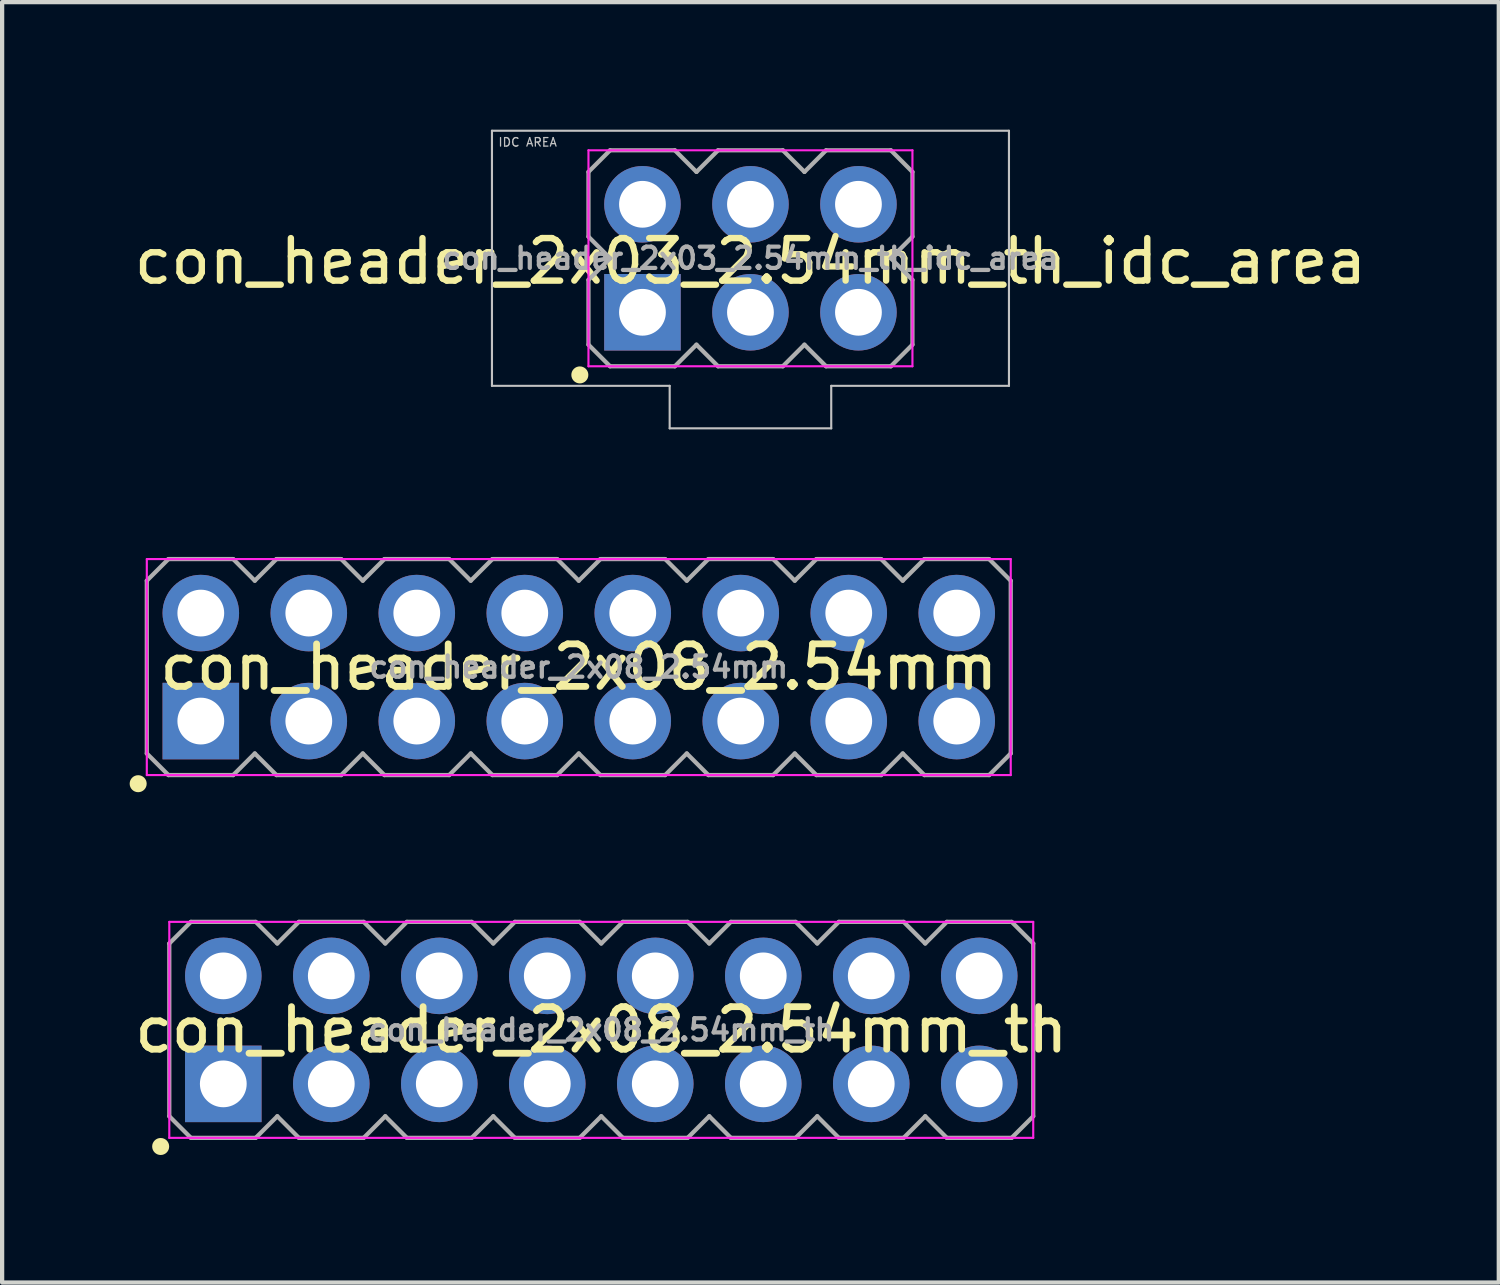
<source format=kicad_pcb>
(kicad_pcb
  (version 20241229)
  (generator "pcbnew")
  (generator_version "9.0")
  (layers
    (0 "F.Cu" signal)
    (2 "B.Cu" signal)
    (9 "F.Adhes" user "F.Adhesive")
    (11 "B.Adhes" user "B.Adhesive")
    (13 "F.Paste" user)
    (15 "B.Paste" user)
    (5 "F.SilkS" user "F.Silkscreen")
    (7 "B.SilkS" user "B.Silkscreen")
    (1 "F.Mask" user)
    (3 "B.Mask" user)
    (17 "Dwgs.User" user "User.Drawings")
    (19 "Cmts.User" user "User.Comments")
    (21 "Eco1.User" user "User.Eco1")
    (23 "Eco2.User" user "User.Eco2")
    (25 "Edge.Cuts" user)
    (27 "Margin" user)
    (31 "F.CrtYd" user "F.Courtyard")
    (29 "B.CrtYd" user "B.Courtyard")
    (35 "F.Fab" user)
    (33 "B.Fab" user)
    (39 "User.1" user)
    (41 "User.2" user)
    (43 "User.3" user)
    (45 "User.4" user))
  (footprint "con_header_2x08_2.54mm_th"
    (layer "F.Cu")
    (at 2.202 22.443)
    (property "Reference" "con_header_2x08_2.54mm_th" (at 8.89 -1.27 0) (layer "F.SilkS") (effects (font (size 1 1) (thickness 0.16))))
    (attr through_hole exclude_from_pos_files)
    (fp_circle (center -1.473 1.473) (end -1.373 1.473) (stroke (width 0.2) (type solid)) (fill no) (layer "F.SilkS"))
    (fp_line (start -1.27 -3.81) (end -1.27 1.27) (stroke (width 0.05) (type solid)) (layer "F.CrtYd"))
    (fp_line (start -1.27 1.27) (end 19.05 1.27) (stroke (width 0.05) (type solid)) (layer "F.CrtYd"))
    (fp_line (start 19.05 -3.81) (end -1.27 -3.81) (stroke (width 0.05) (type solid)) (layer "F.CrtYd"))
    (fp_line (start 19.05 1.27) (end 19.05 -3.81) (stroke (width 0.05) (type solid)) (layer "F.CrtYd"))
    (fp_line (start -1.27 0.762) (end -1.27 -3.302) (stroke (width 0.1) (type solid)) (layer "F.Fab"))
    (fp_line (start -1.27 0.762) (end -0.762 1.27) (stroke (width 0.1) (type solid)) (layer "F.Fab"))
    (fp_line (start -0.762 -3.81) (end -1.27 -3.302) (stroke (width 0.1) (type solid)) (layer "F.Fab"))
    (fp_line (start -0.762 -3.81) (end 0.762 -3.81) (stroke (width 0.1) (type solid)) (layer "F.Fab"))
    (fp_line (start 0.762 1.27) (end -0.762 1.27) (stroke (width 0.1) (type solid)) (layer "F.Fab"))
    (fp_line (start 1.27 -3.302) (end 0.762 -3.81) (stroke (width 0.1) (type solid)) (layer "F.Fab"))
    (fp_line (start 1.27 -3.302) (end 1.778 -3.81) (stroke (width 0.1) (type solid)) (layer "F.Fab"))
    (fp_line (start 1.27 0.762) (end 0.762 1.27) (stroke (width 0.1) (type solid)) (layer "F.Fab"))
    (fp_line (start 1.27 0.762) (end 1.778 1.27) (stroke (width 0.1) (type solid)) (layer "F.Fab"))
    (fp_line (start 1.778 -3.81) (end 3.302 -3.81) (stroke (width 0.1) (type solid)) (layer "F.Fab"))
    (fp_line (start 3.302 1.27) (end 1.778 1.27) (stroke (width 0.1) (type solid)) (layer "F.Fab"))
    (fp_line (start 3.302 1.27) (end 3.81 0.762) (stroke (width 0.1) (type solid)) (layer "F.Fab"))
    (fp_line (start 3.81 -3.302) (end 3.302 -3.81) (stroke (width 0.1) (type solid)) (layer "F.Fab"))
    (fp_line (start 3.81 -3.302) (end 4.318 -3.81) (stroke (width 0.1) (type solid)) (layer "F.Fab"))
    (fp_line (start 3.81 0.762) (end 4.318 1.27) (stroke (width 0.1) (type solid)) (layer "F.Fab"))
    (fp_line (start 4.318 -3.81) (end 5.842 -3.81) (stroke (width 0.1) (type solid)) (layer "F.Fab"))
    (fp_line (start 5.842 1.27) (end 4.318 1.27) (stroke (width 0.1) (type solid)) (layer "F.Fab"))
    (fp_line (start 5.842 1.27) (end 6.35 0.762) (stroke (width 0.1) (type solid)) (layer "F.Fab"))
    (fp_line (start 6.35 -3.302) (end 5.842 -3.81) (stroke (width 0.1) (type solid)) (layer "F.Fab"))
    (fp_line (start 6.35 -3.302) (end 6.858 -3.81) (stroke (width 0.1) (type solid)) (layer "F.Fab"))
    (fp_line (start 6.35 0.762) (end 6.858 1.27) (stroke (width 0.1) (type solid)) (layer "F.Fab"))
    (fp_line (start 8.382 -3.81) (end 6.858 -3.81) (stroke (width 0.1) (type solid)) (layer "F.Fab"))
    (fp_line (start 8.382 -3.81) (end 8.89 -3.302) (stroke (width 0.1) (type solid)) (layer "F.Fab"))
    (fp_line (start 8.382 1.27) (end 6.858 1.27) (stroke (width 0.1) (type solid)) (layer "F.Fab"))
    (fp_line (start 8.382 1.27) (end 8.89 0.762) (stroke (width 0.1) (type solid)) (layer "F.Fab"))
    (fp_line (start 8.89 -3.302) (end 9.398 -3.81) (stroke (width 0.1) (type solid)) (layer "F.Fab"))
    (fp_line (start 8.89 0.762) (end 9.398 1.27) (stroke (width 0.1) (type solid)) (layer "F.Fab"))
    (fp_line (start 10.922 -3.81) (end 9.398 -3.81) (stroke (width 0.1) (type solid)) (layer "F.Fab"))
    (fp_line (start 10.922 -3.81) (end 11.43 -3.302) (stroke (width 0.1) (type solid)) (layer "F.Fab"))
    (fp_line (start 10.922 1.27) (end 9.398 1.27) (stroke (width 0.1) (type solid)) (layer "F.Fab"))
    (fp_line (start 10.922 1.27) (end 11.43 0.762) (stroke (width 0.1) (type solid)) (layer "F.Fab"))
    (fp_line (start 11.43 -3.302) (end 11.938 -3.81) (stroke (width 0.1) (type solid)) (layer "F.Fab"))
    (fp_line (start 11.43 0.762) (end 11.938 1.27) (stroke (width 0.1) (type solid)) (layer "F.Fab"))
    (fp_line (start 13.462 -3.81) (end 11.938 -3.81) (stroke (width 0.1) (type solid)) (layer "F.Fab"))
    (fp_line (start 13.462 -3.81) (end 13.97 -3.302) (stroke (width 0.1) (type solid)) (layer "F.Fab"))
    (fp_line (start 13.462 1.27) (end 11.938 1.27) (stroke (width 0.1) (type solid)) (layer "F.Fab"))
    (fp_line (start 13.462 1.27) (end 13.97 0.762) (stroke (width 0.1) (type solid)) (layer "F.Fab"))
    (fp_line (start 13.97 -3.302) (end 14.478 -3.81) (stroke (width 0.1) (type solid)) (layer "F.Fab"))
    (fp_line (start 13.97 0.762) (end 14.478 1.27) (stroke (width 0.1) (type solid)) (layer "F.Fab"))
    (fp_line (start 16.002 -3.81) (end 14.478 -3.81) (stroke (width 0.1) (type solid)) (layer "F.Fab"))
    (fp_line (start 16.002 -3.81) (end 16.51 -3.302) (stroke (width 0.1) (type solid)) (layer "F.Fab"))
    (fp_line (start 16.002 1.27) (end 14.478 1.27) (stroke (width 0.1) (type solid)) (layer "F.Fab"))
    (fp_line (start 16.002 1.27) (end 16.51 0.762) (stroke (width 0.1) (type solid)) (layer "F.Fab"))
    (fp_line (start 16.51 -3.302) (end 17.018 -3.81) (stroke (width 0.1) (type solid)) (layer "F.Fab"))
    (fp_line (start 16.51 0.762) (end 17.018 1.27) (stroke (width 0.1) (type solid)) (layer "F.Fab"))
    (fp_line (start 18.542 -3.81) (end 17.018 -3.81) (stroke (width 0.1) (type solid)) (layer "F.Fab"))
    (fp_line (start 18.542 -3.81) (end 19.05 -3.302) (stroke (width 0.1) (type solid)) (layer "F.Fab"))
    (fp_line (start 18.542 1.27) (end 17.018 1.27) (stroke (width 0.1) (type solid)) (layer "F.Fab"))
    (fp_line (start 18.542 1.27) (end 19.05 0.762) (stroke (width 0.1) (type solid)) (layer "F.Fab"))
    (fp_line (start 19.05 0.762) (end 19.05 -3.302) (stroke (width 0.1) (type solid)) (layer "F.Fab"))
    (fp_text user "${REFERENCE}" (at 8.89 -1.27 0) (layer "F.Fab") (effects (font (size 0.5 0.5) (thickness 0.1))))
    (pad "1" thru_hole rect (at 0 0) (size 1.8 1.8) (drill 1.1) (layers "*.Cu" "*.Mask"))
    (pad "2" thru_hole circle (at 0 -2.54) (size 1.8 1.8) (drill 1.1) (layers "*.Cu" "*.Mask"))
    (pad "3" thru_hole circle (at 2.54 0) (size 1.8 1.8) (drill 1.1) (layers "*.Cu" "*.Mask"))
    (pad "4" thru_hole circle (at 2.54 -2.54) (size 1.8 1.8) (drill 1.1) (layers "*.Cu" "*.Mask"))
    (pad "5" thru_hole circle (at 5.08 0) (size 1.8 1.8) (drill 1.1) (layers "*.Cu" "*.Mask"))
    (pad "6" thru_hole circle (at 5.08 -2.54) (size 1.8 1.8) (drill 1.1) (layers "*.Cu" "*.Mask"))
    (pad "7" thru_hole circle (at 7.62 0) (size 1.8 1.8) (drill 1.1) (layers "*.Cu" "*.Mask"))
    (pad "8" thru_hole circle (at 7.62 -2.54) (size 1.8 1.8) (drill 1.1) (layers "*.Cu" "*.Mask"))
    (pad "9" thru_hole circle (at 10.16 0) (size 1.8 1.8) (drill 1.1) (layers "*.Cu" "*.Mask"))
    (pad "10" thru_hole circle (at 10.16 -2.54) (size 1.8 1.8) (drill 1.1) (layers "*.Cu" "*.Mask"))
    (pad "11" thru_hole circle (at 12.7 0) (size 1.8 1.8) (drill 1.1) (layers "*.Cu" "*.Mask"))
    (pad "12" thru_hole circle (at 12.7 -2.54) (size 1.8 1.8) (drill 1.1) (layers "*.Cu" "*.Mask"))
    (pad "13" thru_hole circle (at 15.24 0) (size 1.8 1.8) (drill 1.1) (layers "*.Cu" "*.Mask"))
    (pad "14" thru_hole circle (at 15.24 -2.54) (size 1.8 1.8) (drill 1.1) (layers "*.Cu" "*.Mask"))
    (pad "15" thru_hole circle (at 17.78 0) (size 1.8 1.8) (drill 1.1) (layers "*.Cu" "*.Mask"))
    (pad "16" thru_hole circle (at 17.78 -2.54) (size 1.8 1.8) (drill 1.1) (layers "*.Cu" "*.Mask"))
    (zone (net_name "") (layers "F.Cu" "B.Cu") (hatch edge 0.5) (connect_pads) (min_thickness 0.25) (filled_areas_thickness no) (keepout (tracks allowed) (vias allowed) (pads allowed) (copperpour not_allowed) (footprints allowed)) (placement (enabled no)) (fill) (polygon (pts (xy 1.102 18.803) (xy 21.082 18.803) (xy 21.082 23.543) (xy 1.102 23.543)))))
  (footprint "con_header_2x08_2.54mm"
    (layer "F.Cu")
    (at 1.673 13.91)
    (property "Reference" "con_header_2x08_2.54mm" (at 8.89 -1.27 0) (layer "F.SilkS") (effects (font (size 1 1) (thickness 0.16))))
    (attr through_hole exclude_from_pos_files)
    (fp_circle (center -1.473 1.473) (end -1.373 1.473) (stroke (width 0.2) (type solid)) (fill no) (layer "F.SilkS"))
    (fp_line (start -1.27 -3.81) (end -1.27 1.27) (stroke (width 0.05) (type solid)) (layer "F.CrtYd"))
    (fp_line (start -1.27 1.27) (end 19.05 1.27) (stroke (width 0.05) (type solid)) (layer "F.CrtYd"))
    (fp_line (start 19.05 -3.81) (end -1.27 -3.81) (stroke (width 0.05) (type solid)) (layer "F.CrtYd"))
    (fp_line (start 19.05 1.27) (end 19.05 -3.81) (stroke (width 0.05) (type solid)) (layer "F.CrtYd"))
    (fp_line (start -1.27 0.762) (end -1.27 -3.302) (stroke (width 0.1) (type solid)) (layer "F.Fab"))
    (fp_line (start -1.27 0.762) (end -0.762 1.27) (stroke (width 0.1) (type solid)) (layer "F.Fab"))
    (fp_line (start -0.762 -3.81) (end -1.27 -3.302) (stroke (width 0.1) (type solid)) (layer "F.Fab"))
    (fp_line (start -0.762 -3.81) (end 0.762 -3.81) (stroke (width 0.1) (type solid)) (layer "F.Fab"))
    (fp_line (start 0.762 1.27) (end -0.762 1.27) (stroke (width 0.1) (type solid)) (layer "F.Fab"))
    (fp_line (start 1.27 -3.302) (end 0.762 -3.81) (stroke (width 0.1) (type solid)) (layer "F.Fab"))
    (fp_line (start 1.27 -3.302) (end 1.778 -3.81) (stroke (width 0.1) (type solid)) (layer "F.Fab"))
    (fp_line (start 1.27 0.762) (end 0.762 1.27) (stroke (width 0.1) (type solid)) (layer "F.Fab"))
    (fp_line (start 1.27 0.762) (end 1.778 1.27) (stroke (width 0.1) (type solid)) (layer "F.Fab"))
    (fp_line (start 1.778 -3.81) (end 3.302 -3.81) (stroke (width 0.1) (type solid)) (layer "F.Fab"))
    (fp_line (start 3.302 1.27) (end 1.778 1.27) (stroke (width 0.1) (type solid)) (layer "F.Fab"))
    (fp_line (start 3.302 1.27) (end 3.81 0.762) (stroke (width 0.1) (type solid)) (layer "F.Fab"))
    (fp_line (start 3.81 -3.302) (end 3.302 -3.81) (stroke (width 0.1) (type solid)) (layer "F.Fab"))
    (fp_line (start 3.81 -3.302) (end 4.318 -3.81) (stroke (width 0.1) (type solid)) (layer "F.Fab"))
    (fp_line (start 3.81 0.762) (end 4.318 1.27) (stroke (width 0.1) (type solid)) (layer "F.Fab"))
    (fp_line (start 4.318 -3.81) (end 5.842 -3.81) (stroke (width 0.1) (type solid)) (layer "F.Fab"))
    (fp_line (start 5.842 1.27) (end 4.318 1.27) (stroke (width 0.1) (type solid)) (layer "F.Fab"))
    (fp_line (start 5.842 1.27) (end 6.35 0.762) (stroke (width 0.1) (type solid)) (layer "F.Fab"))
    (fp_line (start 6.35 -3.302) (end 5.842 -3.81) (stroke (width 0.1) (type solid)) (layer "F.Fab"))
    (fp_line (start 6.35 -3.302) (end 6.858 -3.81) (stroke (width 0.1) (type solid)) (layer "F.Fab"))
    (fp_line (start 6.35 0.762) (end 6.858 1.27) (stroke (width 0.1) (type solid)) (layer "F.Fab"))
    (fp_line (start 8.382 -3.81) (end 6.858 -3.81) (stroke (width 0.1) (type solid)) (layer "F.Fab"))
    (fp_line (start 8.382 -3.81) (end 8.89 -3.302) (stroke (width 0.1) (type solid)) (layer "F.Fab"))
    (fp_line (start 8.382 1.27) (end 6.858 1.27) (stroke (width 0.1) (type solid)) (layer "F.Fab"))
    (fp_line (start 8.382 1.27) (end 8.89 0.762) (stroke (width 0.1) (type solid)) (layer "F.Fab"))
    (fp_line (start 8.89 -3.302) (end 9.398 -3.81) (stroke (width 0.1) (type solid)) (layer "F.Fab"))
    (fp_line (start 8.89 0.762) (end 9.398 1.27) (stroke (width 0.1) (type solid)) (layer "F.Fab"))
    (fp_line (start 10.922 -3.81) (end 9.398 -3.81) (stroke (width 0.1) (type solid)) (layer "F.Fab"))
    (fp_line (start 10.922 -3.81) (end 11.43 -3.302) (stroke (width 0.1) (type solid)) (layer "F.Fab"))
    (fp_line (start 10.922 1.27) (end 9.398 1.27) (stroke (width 0.1) (type solid)) (layer "F.Fab"))
    (fp_line (start 10.922 1.27) (end 11.43 0.762) (stroke (width 0.1) (type solid)) (layer "F.Fab"))
    (fp_line (start 11.43 -3.302) (end 11.938 -3.81) (stroke (width 0.1) (type solid)) (layer "F.Fab"))
    (fp_line (start 11.43 0.762) (end 11.938 1.27) (stroke (width 0.1) (type solid)) (layer "F.Fab"))
    (fp_line (start 13.462 -3.81) (end 11.938 -3.81) (stroke (width 0.1) (type solid)) (layer "F.Fab"))
    (fp_line (start 13.462 -3.81) (end 13.97 -3.302) (stroke (width 0.1) (type solid)) (layer "F.Fab"))
    (fp_line (start 13.462 1.27) (end 11.938 1.27) (stroke (width 0.1) (type solid)) (layer "F.Fab"))
    (fp_line (start 13.462 1.27) (end 13.97 0.762) (stroke (width 0.1) (type solid)) (layer "F.Fab"))
    (fp_line (start 13.97 -3.302) (end 14.478 -3.81) (stroke (width 0.1) (type solid)) (layer "F.Fab"))
    (fp_line (start 13.97 0.762) (end 14.478 1.27) (stroke (width 0.1) (type solid)) (layer "F.Fab"))
    (fp_line (start 16.002 -3.81) (end 14.478 -3.81) (stroke (width 0.1) (type solid)) (layer "F.Fab"))
    (fp_line (start 16.002 -3.81) (end 16.51 -3.302) (stroke (width 0.1) (type solid)) (layer "F.Fab"))
    (fp_line (start 16.002 1.27) (end 14.478 1.27) (stroke (width 0.1) (type solid)) (layer "F.Fab"))
    (fp_line (start 16.002 1.27) (end 16.51 0.762) (stroke (width 0.1) (type solid)) (layer "F.Fab"))
    (fp_line (start 16.51 -3.302) (end 17.018 -3.81) (stroke (width 0.1) (type solid)) (layer "F.Fab"))
    (fp_line (start 16.51 0.762) (end 17.018 1.27) (stroke (width 0.1) (type solid)) (layer "F.Fab"))
    (fp_line (start 18.542 -3.81) (end 17.018 -3.81) (stroke (width 0.1) (type solid)) (layer "F.Fab"))
    (fp_line (start 18.542 -3.81) (end 19.05 -3.302) (stroke (width 0.1) (type solid)) (layer "F.Fab"))
    (fp_line (start 18.542 1.27) (end 17.018 1.27) (stroke (width 0.1) (type solid)) (layer "F.Fab"))
    (fp_line (start 18.542 1.27) (end 19.05 0.762) (stroke (width 0.1) (type solid)) (layer "F.Fab"))
    (fp_line (start 19.05 0.762) (end 19.05 -3.302) (stroke (width 0.1) (type solid)) (layer "F.Fab"))
    (fp_text user "${REFERENCE}" (at 8.89 -1.27 0) (layer "F.Fab") (effects (font (size 0.5 0.5) (thickness 0.1))))
    (pad "1" thru_hole rect (at 0 0) (size 1.8 1.8) (drill 1.1) (layers "*.Cu" "*.Mask"))
    (pad "2" thru_hole circle (at 0 -2.54) (size 1.8 1.8) (drill 1.1) (layers "*.Cu" "*.Mask"))
    (pad "3" thru_hole circle (at 2.54 0) (size 1.8 1.8) (drill 1.1) (layers "*.Cu" "*.Mask"))
    (pad "4" thru_hole circle (at 2.54 -2.54) (size 1.8 1.8) (drill 1.1) (layers "*.Cu" "*.Mask"))
    (pad "5" thru_hole circle (at 5.08 0) (size 1.8 1.8) (drill 1.1) (layers "*.Cu" "*.Mask"))
    (pad "6" thru_hole circle (at 5.08 -2.54) (size 1.8 1.8) (drill 1.1) (layers "*.Cu" "*.Mask"))
    (pad "7" thru_hole circle (at 7.62 0) (size 1.8 1.8) (drill 1.1) (layers "*.Cu" "*.Mask"))
    (pad "8" thru_hole circle (at 7.62 -2.54) (size 1.8 1.8) (drill 1.1) (layers "*.Cu" "*.Mask"))
    (pad "9" thru_hole circle (at 10.16 0) (size 1.8 1.8) (drill 1.1) (layers "*.Cu" "*.Mask"))
    (pad "10" thru_hole circle (at 10.16 -2.54) (size 1.8 1.8) (drill 1.1) (layers "*.Cu" "*.Mask"))
    (pad "11" thru_hole circle (at 12.7 0) (size 1.8 1.8) (drill 1.1) (layers "*.Cu" "*.Mask"))
    (pad "12" thru_hole circle (at 12.7 -2.54) (size 1.8 1.8) (drill 1.1) (layers "*.Cu" "*.Mask"))
    (pad "13" thru_hole circle (at 15.24 0) (size 1.8 1.8) (drill 1.1) (layers "*.Cu" "*.Mask"))
    (pad "14" thru_hole circle (at 15.24 -2.54) (size 1.8 1.8) (drill 1.1) (layers "*.Cu" "*.Mask"))
    (pad "15" thru_hole circle (at 17.78 0) (size 1.8 1.8) (drill 1.1) (layers "*.Cu" "*.Mask"))
    (pad "16" thru_hole circle (at 17.78 -2.54) (size 1.8 1.8) (drill 1.1) (layers "*.Cu" "*.Mask")))
  (footprint "con_header_2x03_2.54mm_th_idc_area"
    (layer "F.Cu")
    (at 12.061 4.295)
    (property "Reference" "con_header_2x03_2.54mm_th_idc_area" (at 2.54 -1.2 0) (layer "F.SilkS") (effects (font (size 1 1) (thickness 0.15))))
    (attr through_hole exclude_from_pos_files)
    (fp_circle (center -1.473 1.473) (end -1.373 1.473) (stroke (width 0.2) (type solid)) (fill no) (layer "F.SilkS"))
    (fp_line (start -3.54 -4.27) (end 8.62 -4.27) (stroke (width 0.05) (type solid)) (layer "Dwgs.User"))
    (fp_line (start -3.54 1.73) (end -3.54 -4.27) (stroke (width 0.05) (type solid)) (layer "Dwgs.User"))
    (fp_line (start -3.54 1.73) (end 0.64 1.73) (stroke (width 0.05) (type solid)) (layer "Dwgs.User"))
    (fp_line (start 0.64 1.73) (end 0.64 2.73) (stroke (width 0.05) (type solid)) (layer "Dwgs.User"))
    (fp_line (start 0.64 2.73) (end 4.44 2.73) (stroke (width 0.05) (type solid)) (layer "Dwgs.User"))
    (fp_line (start 4.44 1.73) (end 8.62 1.73) (stroke (width 0.05) (type solid)) (layer "Dwgs.User"))
    (fp_line (start 4.44 2.73) (end 4.44 1.73) (stroke (width 0.05) (type solid)) (layer "Dwgs.User"))
    (fp_line (start 8.62 -4.27) (end 8.62 1.73) (stroke (width 0.05) (type solid)) (layer "Dwgs.User"))
    (fp_line (start -1.27 -3.81) (end -1.27 1.27) (stroke (width 0.05) (type solid)) (layer "F.CrtYd"))
    (fp_line (start -1.27 1.27) (end 6.35 1.27) (stroke (width 0.05) (type solid)) (layer "F.CrtYd"))
    (fp_line (start 6.35 -3.81) (end -1.27 -3.81) (stroke (width 0.05) (type solid)) (layer "F.CrtYd"))
    (fp_line (start 6.35 1.27) (end 6.35 -3.81) (stroke (width 0.05) (type solid)) (layer "F.CrtYd"))
    (fp_line (start -1.27 -3.302) (end -1.27 -1.778) (stroke (width 0.1) (type solid)) (layer "F.Fab"))
    (fp_line (start -1.27 -3.302) (end -0.762 -3.81) (stroke (width 0.1) (type solid)) (layer "F.Fab"))
    (fp_line (start -1.27 0.762) (end -1.27 -0.762) (stroke (width 0.1) (type solid)) (layer "F.Fab"))
    (fp_line (start -1.27 0.762) (end -0.762 1.27) (stroke (width 0.1) (type solid)) (layer "F.Fab"))
    (fp_line (start -0.762 -3.81) (end 0.762 -3.81) (stroke (width 0.1) (type solid)) (layer "F.Fab"))
    (fp_line (start -0.762 -1.27) (end -1.27 -1.778) (stroke (width 0.1) (type solid)) (layer "F.Fab"))
    (fp_line (start -0.762 -1.27) (end -1.27 -0.762) (stroke (width 0.1) (type solid)) (layer "F.Fab"))
    (fp_line (start 0.762 1.27) (end -0.762 1.27) (stroke (width 0.1) (type solid)) (layer "F.Fab"))
    (fp_line (start 1.27 -3.302) (end 0.762 -3.81) (stroke (width 0.1) (type solid)) (layer "F.Fab"))
    (fp_line (start 1.27 -3.302) (end 1.778 -3.81) (stroke (width 0.1) (type solid)) (layer "F.Fab"))
    (fp_line (start 1.27 0.762) (end 0.762 1.27) (stroke (width 0.1) (type solid)) (layer "F.Fab"))
    (fp_line (start 1.27 0.762) (end 1.778 1.27) (stroke (width 0.1) (type solid)) (layer "F.Fab"))
    (fp_line (start 1.778 -3.81) (end 3.302 -3.81) (stroke (width 0.1) (type solid)) (layer "F.Fab"))
    (fp_line (start 3.302 1.27) (end 1.778 1.27) (stroke (width 0.1) (type solid)) (layer "F.Fab"))
    (fp_line (start 3.302 1.27) (end 3.81 0.762) (stroke (width 0.1) (type solid)) (layer "F.Fab"))
    (fp_line (start 3.81 -3.302) (end 3.302 -3.81) (stroke (width 0.1) (type solid)) (layer "F.Fab"))
    (fp_line (start 3.81 -3.302) (end 4.318 -3.81) (stroke (width 0.1) (type solid)) (layer "F.Fab"))
    (fp_line (start 3.81 0.762) (end 4.318 1.27) (stroke (width 0.1) (type solid)) (layer "F.Fab"))
    (fp_line (start 4.318 -3.81) (end 5.842 -3.81) (stroke (width 0.1) (type solid)) (layer "F.Fab"))
    (fp_line (start 5.842 -1.27) (end 6.35 -1.778) (stroke (width 0.1) (type solid)) (layer "F.Fab"))
    (fp_line (start 5.842 1.27) (end 4.318 1.27) (stroke (width 0.1) (type solid)) (layer "F.Fab"))
    (fp_line (start 5.842 1.27) (end 6.35 0.762) (stroke (width 0.1) (type solid)) (layer "F.Fab"))
    (fp_line (start 6.35 -3.302) (end 5.842 -3.81) (stroke (width 0.1) (type solid)) (layer "F.Fab"))
    (fp_line (start 6.35 -3.302) (end 6.35 -1.778) (stroke (width 0.1) (type solid)) (layer "F.Fab"))
    (fp_line (start 6.35 -0.762) (end 5.842 -1.27) (stroke (width 0.1) (type solid)) (layer "F.Fab"))
    (fp_line (start 6.35 -0.762) (end 6.35 0.762) (stroke (width 0.1) (type solid)) (layer "F.Fab"))
    (fp_text user "IDC AREA" (at -2.7 -4 0) (layer "Dwgs.User") (effects (font (size 0.2 0.2) (thickness 0.03))))
    (fp_text user "${REFERENCE}" (at 2.54 -1.27 0) (layer "F.Fab") (effects (font (size 0.5 0.5) (thickness 0.1) (bold yes))))
    (pad "1" thru_hole rect (at 0 0) (size 1.8 1.8) (drill 1.1) (layers "*.Cu" "*.Mask"))
    (pad "2" thru_hole circle (at 0 -2.54) (size 1.8 1.8) (drill 1.1) (layers "*.Cu" "*.Mask"))
    (pad "3" thru_hole circle (at 2.54 0) (size 1.8 1.8) (drill 1.1) (layers "*.Cu" "*.Mask"))
    (pad "4" thru_hole circle (at 2.54 -2.54) (size 1.8 1.8) (drill 1.1) (layers "*.Cu" "*.Mask"))
    (pad "5" thru_hole circle (at 5.08 0) (size 1.8 1.8) (drill 1.1) (layers "*.Cu" "*.Mask"))
    (pad "6" thru_hole circle (at 5.08 -2.54) (size 1.8 1.8) (drill 1.1) (layers "*.Cu" "*.Mask")))
  (gr_rect
    (start -3 -3)
    (end 32.202 27.116)
    (stroke (width 0.1) (type default))
    (fill no)
    (layer "Edge.Cuts")))
</source>
